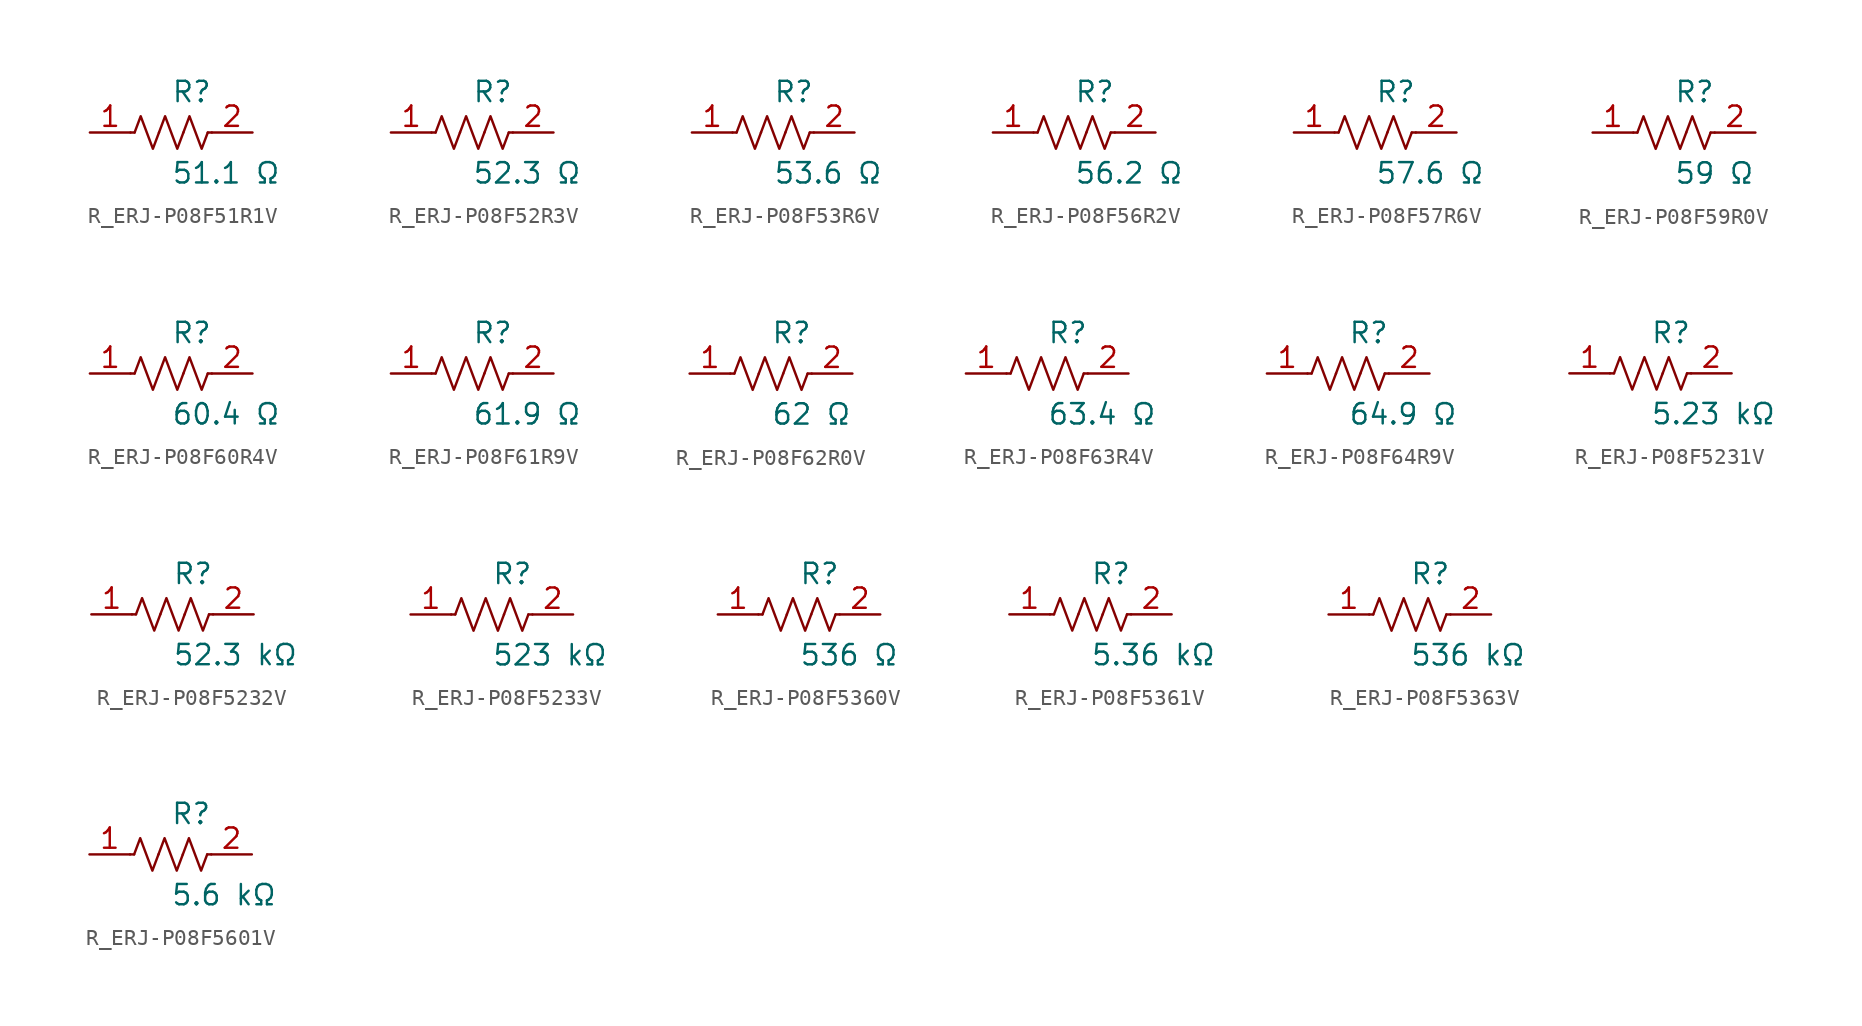
<source format=kicad_sym>
(kicad_symbol_lib
  (version 20231120)
  (generator kicad_symbol_editor)
  (generator_version 8.0)
  (symbol "R_ERJ-P08F51R1V"
    (pin_names
      (offset 0.254))
    (property "Reference" "R"
      (at 0.0 2.54 0)
      (effects (font (size 1.27 1.27)) (justify left)))
    (property "Value" "51.1 Ω"
      (at 0.0 -2.54 0)
      (effects (font (size 1.27 1.27)) (justify left)))
    (symbol "R_ERJ-P08F51R1V_0_1"
      (polyline (pts (xy 2.286 0) (xy 2.54 0)) (stroke (width 0) (type default)) (fill (type none)))
      (polyline (pts (xy -2.286 0) (xy -2.54 0)) (stroke (width 0) (type default)) (fill (type none)))
      (polyline (pts (xy 0.762 0) (xy 1.143 1.016) (xy 1.524 0) (xy 1.905 -1.016) (xy 2.286 0)) (stroke (width 0) (type default)) (fill (type none)))
      (polyline (pts (xy -0.762 0) (xy -0.381 1.016) (xy 0 0) (xy 0.381 -1.016) (xy 0.762 0)) (stroke (width 0) (type default)) (fill (type none)))
      (polyline (pts (xy -2.286 0) (xy -1.905 1.016) (xy -1.524 0) (xy -1.143 -1.016) (xy -0.762 0)) (stroke (width 0) (type default)) (fill (type none))))
    (pin unspecified line
      (at -5.08 0 0)
      (length 2.54)
      (name "" (effects (font (size 1.27 1.27))))
      (number "1" (effects (font (size 1.27 1.27)))))
    (pin unspecified line
      (at 5.08 0 180)
      (length 2.54)
      (name "" (effects (font (size 1.27 1.27))))
      (number "2" (effects (font (size 1.27 1.27))))))
  (symbol "R_ERJ-P08F52R3V"
    (pin_names
      (offset 0.254))
    (property "Reference" "R"
      (at 0.0 2.54 0)
      (effects (font (size 1.27 1.27)) (justify left)))
    (property "Value" "52.3 Ω"
      (at 0.0 -2.54 0)
      (effects (font (size 1.27 1.27)) (justify left)))
    (symbol "R_ERJ-P08F52R3V_0_1"
      (polyline (pts (xy 2.286 0) (xy 2.54 0)) (stroke (width 0) (type default)) (fill (type none)))
      (polyline (pts (xy -2.286 0) (xy -2.54 0)) (stroke (width 0) (type default)) (fill (type none)))
      (polyline (pts (xy 0.762 0) (xy 1.143 1.016) (xy 1.524 0) (xy 1.905 -1.016) (xy 2.286 0)) (stroke (width 0) (type default)) (fill (type none)))
      (polyline (pts (xy -0.762 0) (xy -0.381 1.016) (xy 0 0) (xy 0.381 -1.016) (xy 0.762 0)) (stroke (width 0) (type default)) (fill (type none)))
      (polyline (pts (xy -2.286 0) (xy -1.905 1.016) (xy -1.524 0) (xy -1.143 -1.016) (xy -0.762 0)) (stroke (width 0) (type default)) (fill (type none))))
    (pin unspecified line
      (at -5.08 0 0)
      (length 2.54)
      (name "" (effects (font (size 1.27 1.27))))
      (number "1" (effects (font (size 1.27 1.27)))))
    (pin unspecified line
      (at 5.08 0 180)
      (length 2.54)
      (name "" (effects (font (size 1.27 1.27))))
      (number "2" (effects (font (size 1.27 1.27))))))
  (symbol "R_ERJ-P08F53R6V"
    (pin_names
      (offset 0.254))
    (property "Reference" "R"
      (at 0.0 2.54 0)
      (effects (font (size 1.27 1.27)) (justify left)))
    (property "Value" "53.6 Ω"
      (at 0.0 -2.54 0)
      (effects (font (size 1.27 1.27)) (justify left)))
    (symbol "R_ERJ-P08F53R6V_0_1"
      (polyline (pts (xy 2.286 0) (xy 2.54 0)) (stroke (width 0) (type default)) (fill (type none)))
      (polyline (pts (xy -2.286 0) (xy -2.54 0)) (stroke (width 0) (type default)) (fill (type none)))
      (polyline (pts (xy 0.762 0) (xy 1.143 1.016) (xy 1.524 0) (xy 1.905 -1.016) (xy 2.286 0)) (stroke (width 0) (type default)) (fill (type none)))
      (polyline (pts (xy -0.762 0) (xy -0.381 1.016) (xy 0 0) (xy 0.381 -1.016) (xy 0.762 0)) (stroke (width 0) (type default)) (fill (type none)))
      (polyline (pts (xy -2.286 0) (xy -1.905 1.016) (xy -1.524 0) (xy -1.143 -1.016) (xy -0.762 0)) (stroke (width 0) (type default)) (fill (type none))))
    (pin unspecified line
      (at -5.08 0 0)
      (length 2.54)
      (name "" (effects (font (size 1.27 1.27))))
      (number "1" (effects (font (size 1.27 1.27)))))
    (pin unspecified line
      (at 5.08 0 180)
      (length 2.54)
      (name "" (effects (font (size 1.27 1.27))))
      (number "2" (effects (font (size 1.27 1.27))))))
  (symbol "R_ERJ-P08F56R2V"
    (pin_names
      (offset 0.254))
    (property "Reference" "R"
      (at 0.0 2.54 0)
      (effects (font (size 1.27 1.27)) (justify left)))
    (property "Value" "56.2 Ω"
      (at 0.0 -2.54 0)
      (effects (font (size 1.27 1.27)) (justify left)))
    (symbol "R_ERJ-P08F56R2V_0_1"
      (polyline (pts (xy 2.286 0) (xy 2.54 0)) (stroke (width 0) (type default)) (fill (type none)))
      (polyline (pts (xy -2.286 0) (xy -2.54 0)) (stroke (width 0) (type default)) (fill (type none)))
      (polyline (pts (xy 0.762 0) (xy 1.143 1.016) (xy 1.524 0) (xy 1.905 -1.016) (xy 2.286 0)) (stroke (width 0) (type default)) (fill (type none)))
      (polyline (pts (xy -0.762 0) (xy -0.381 1.016) (xy 0 0) (xy 0.381 -1.016) (xy 0.762 0)) (stroke (width 0) (type default)) (fill (type none)))
      (polyline (pts (xy -2.286 0) (xy -1.905 1.016) (xy -1.524 0) (xy -1.143 -1.016) (xy -0.762 0)) (stroke (width 0) (type default)) (fill (type none))))
    (pin unspecified line
      (at -5.08 0 0)
      (length 2.54)
      (name "" (effects (font (size 1.27 1.27))))
      (number "1" (effects (font (size 1.27 1.27)))))
    (pin unspecified line
      (at 5.08 0 180)
      (length 2.54)
      (name "" (effects (font (size 1.27 1.27))))
      (number "2" (effects (font (size 1.27 1.27))))))
  (symbol "R_ERJ-P08F57R6V"
    (pin_names
      (offset 0.254))
    (property "Reference" "R"
      (at 0.0 2.54 0)
      (effects (font (size 1.27 1.27)) (justify left)))
    (property "Value" "57.6 Ω"
      (at 0.0 -2.54 0)
      (effects (font (size 1.27 1.27)) (justify left)))
    (symbol "R_ERJ-P08F57R6V_0_1"
      (polyline (pts (xy 2.286 0) (xy 2.54 0)) (stroke (width 0) (type default)) (fill (type none)))
      (polyline (pts (xy -2.286 0) (xy -2.54 0)) (stroke (width 0) (type default)) (fill (type none)))
      (polyline (pts (xy 0.762 0) (xy 1.143 1.016) (xy 1.524 0) (xy 1.905 -1.016) (xy 2.286 0)) (stroke (width 0) (type default)) (fill (type none)))
      (polyline (pts (xy -0.762 0) (xy -0.381 1.016) (xy 0 0) (xy 0.381 -1.016) (xy 0.762 0)) (stroke (width 0) (type default)) (fill (type none)))
      (polyline (pts (xy -2.286 0) (xy -1.905 1.016) (xy -1.524 0) (xy -1.143 -1.016) (xy -0.762 0)) (stroke (width 0) (type default)) (fill (type none))))
    (pin unspecified line
      (at -5.08 0 0)
      (length 2.54)
      (name "" (effects (font (size 1.27 1.27))))
      (number "1" (effects (font (size 1.27 1.27)))))
    (pin unspecified line
      (at 5.08 0 180)
      (length 2.54)
      (name "" (effects (font (size 1.27 1.27))))
      (number "2" (effects (font (size 1.27 1.27))))))
  (symbol "R_ERJ-P08F59R0V"
    (pin_names
      (offset 0.254))
    (property "Reference" "R"
      (at 0.0 2.54 0)
      (effects (font (size 1.27 1.27)) (justify left)))
    (property "Value" "59 Ω"
      (at 0.0 -2.54 0)
      (effects (font (size 1.27 1.27)) (justify left)))
    (symbol "R_ERJ-P08F59R0V_0_1"
      (polyline (pts (xy 2.286 0) (xy 2.54 0)) (stroke (width 0) (type default)) (fill (type none)))
      (polyline (pts (xy -2.286 0) (xy -2.54 0)) (stroke (width 0) (type default)) (fill (type none)))
      (polyline (pts (xy 0.762 0) (xy 1.143 1.016) (xy 1.524 0) (xy 1.905 -1.016) (xy 2.286 0)) (stroke (width 0) (type default)) (fill (type none)))
      (polyline (pts (xy -0.762 0) (xy -0.381 1.016) (xy 0 0) (xy 0.381 -1.016) (xy 0.762 0)) (stroke (width 0) (type default)) (fill (type none)))
      (polyline (pts (xy -2.286 0) (xy -1.905 1.016) (xy -1.524 0) (xy -1.143 -1.016) (xy -0.762 0)) (stroke (width 0) (type default)) (fill (type none))))
    (pin unspecified line
      (at -5.08 0 0)
      (length 2.54)
      (name "" (effects (font (size 1.27 1.27))))
      (number "1" (effects (font (size 1.27 1.27)))))
    (pin unspecified line
      (at 5.08 0 180)
      (length 2.54)
      (name "" (effects (font (size 1.27 1.27))))
      (number "2" (effects (font (size 1.27 1.27))))))
  (symbol "R_ERJ-P08F60R4V"
    (pin_names
      (offset 0.254))
    (property "Reference" "R"
      (at 0.0 2.54 0)
      (effects (font (size 1.27 1.27)) (justify left)))
    (property "Value" "60.4 Ω"
      (at 0.0 -2.54 0)
      (effects (font (size 1.27 1.27)) (justify left)))
    (symbol "R_ERJ-P08F60R4V_0_1"
      (polyline (pts (xy 2.286 0) (xy 2.54 0)) (stroke (width 0) (type default)) (fill (type none)))
      (polyline (pts (xy -2.286 0) (xy -2.54 0)) (stroke (width 0) (type default)) (fill (type none)))
      (polyline (pts (xy 0.762 0) (xy 1.143 1.016) (xy 1.524 0) (xy 1.905 -1.016) (xy 2.286 0)) (stroke (width 0) (type default)) (fill (type none)))
      (polyline (pts (xy -0.762 0) (xy -0.381 1.016) (xy 0 0) (xy 0.381 -1.016) (xy 0.762 0)) (stroke (width 0) (type default)) (fill (type none)))
      (polyline (pts (xy -2.286 0) (xy -1.905 1.016) (xy -1.524 0) (xy -1.143 -1.016) (xy -0.762 0)) (stroke (width 0) (type default)) (fill (type none))))
    (pin unspecified line
      (at -5.08 0 0)
      (length 2.54)
      (name "" (effects (font (size 1.27 1.27))))
      (number "1" (effects (font (size 1.27 1.27)))))
    (pin unspecified line
      (at 5.08 0 180)
      (length 2.54)
      (name "" (effects (font (size 1.27 1.27))))
      (number "2" (effects (font (size 1.27 1.27))))))
  (symbol "R_ERJ-P08F61R9V"
    (pin_names
      (offset 0.254))
    (property "Reference" "R"
      (at 0.0 2.54 0)
      (effects (font (size 1.27 1.27)) (justify left)))
    (property "Value" "61.9 Ω"
      (at 0.0 -2.54 0)
      (effects (font (size 1.27 1.27)) (justify left)))
    (symbol "R_ERJ-P08F61R9V_0_1"
      (polyline (pts (xy 2.286 0) (xy 2.54 0)) (stroke (width 0) (type default)) (fill (type none)))
      (polyline (pts (xy -2.286 0) (xy -2.54 0)) (stroke (width 0) (type default)) (fill (type none)))
      (polyline (pts (xy 0.762 0) (xy 1.143 1.016) (xy 1.524 0) (xy 1.905 -1.016) (xy 2.286 0)) (stroke (width 0) (type default)) (fill (type none)))
      (polyline (pts (xy -0.762 0) (xy -0.381 1.016) (xy 0 0) (xy 0.381 -1.016) (xy 0.762 0)) (stroke (width 0) (type default)) (fill (type none)))
      (polyline (pts (xy -2.286 0) (xy -1.905 1.016) (xy -1.524 0) (xy -1.143 -1.016) (xy -0.762 0)) (stroke (width 0) (type default)) (fill (type none))))
    (pin unspecified line
      (at -5.08 0 0)
      (length 2.54)
      (name "" (effects (font (size 1.27 1.27))))
      (number "1" (effects (font (size 1.27 1.27)))))
    (pin unspecified line
      (at 5.08 0 180)
      (length 2.54)
      (name "" (effects (font (size 1.27 1.27))))
      (number "2" (effects (font (size 1.27 1.27))))))
  (symbol "R_ERJ-P08F62R0V"
    (pin_names
      (offset 0.254))
    (property "Reference" "R"
      (at 0.0 2.54 0)
      (effects (font (size 1.27 1.27)) (justify left)))
    (property "Value" "62 Ω"
      (at 0.0 -2.54 0)
      (effects (font (size 1.27 1.27)) (justify left)))
    (symbol "R_ERJ-P08F62R0V_0_1"
      (polyline (pts (xy 2.286 0) (xy 2.54 0)) (stroke (width 0) (type default)) (fill (type none)))
      (polyline (pts (xy -2.286 0) (xy -2.54 0)) (stroke (width 0) (type default)) (fill (type none)))
      (polyline (pts (xy 0.762 0) (xy 1.143 1.016) (xy 1.524 0) (xy 1.905 -1.016) (xy 2.286 0)) (stroke (width 0) (type default)) (fill (type none)))
      (polyline (pts (xy -0.762 0) (xy -0.381 1.016) (xy 0 0) (xy 0.381 -1.016) (xy 0.762 0)) (stroke (width 0) (type default)) (fill (type none)))
      (polyline (pts (xy -2.286 0) (xy -1.905 1.016) (xy -1.524 0) (xy -1.143 -1.016) (xy -0.762 0)) (stroke (width 0) (type default)) (fill (type none))))
    (pin unspecified line
      (at -5.08 0 0)
      (length 2.54)
      (name "" (effects (font (size 1.27 1.27))))
      (number "1" (effects (font (size 1.27 1.27)))))
    (pin unspecified line
      (at 5.08 0 180)
      (length 2.54)
      (name "" (effects (font (size 1.27 1.27))))
      (number "2" (effects (font (size 1.27 1.27))))))
  (symbol "R_ERJ-P08F63R4V"
    (pin_names
      (offset 0.254))
    (property "Reference" "R"
      (at 0.0 2.54 0)
      (effects (font (size 1.27 1.27)) (justify left)))
    (property "Value" "63.4 Ω"
      (at 0.0 -2.54 0)
      (effects (font (size 1.27 1.27)) (justify left)))
    (symbol "R_ERJ-P08F63R4V_0_1"
      (polyline (pts (xy 2.286 0) (xy 2.54 0)) (stroke (width 0) (type default)) (fill (type none)))
      (polyline (pts (xy -2.286 0) (xy -2.54 0)) (stroke (width 0) (type default)) (fill (type none)))
      (polyline (pts (xy 0.762 0) (xy 1.143 1.016) (xy 1.524 0) (xy 1.905 -1.016) (xy 2.286 0)) (stroke (width 0) (type default)) (fill (type none)))
      (polyline (pts (xy -0.762 0) (xy -0.381 1.016) (xy 0 0) (xy 0.381 -1.016) (xy 0.762 0)) (stroke (width 0) (type default)) (fill (type none)))
      (polyline (pts (xy -2.286 0) (xy -1.905 1.016) (xy -1.524 0) (xy -1.143 -1.016) (xy -0.762 0)) (stroke (width 0) (type default)) (fill (type none))))
    (pin unspecified line
      (at -5.08 0 0)
      (length 2.54)
      (name "" (effects (font (size 1.27 1.27))))
      (number "1" (effects (font (size 1.27 1.27)))))
    (pin unspecified line
      (at 5.08 0 180)
      (length 2.54)
      (name "" (effects (font (size 1.27 1.27))))
      (number "2" (effects (font (size 1.27 1.27))))))
  (symbol "R_ERJ-P08F64R9V"
    (pin_names
      (offset 0.254))
    (property "Reference" "R"
      (at 0.0 2.54 0)
      (effects (font (size 1.27 1.27)) (justify left)))
    (property "Value" "64.9 Ω"
      (at 0.0 -2.54 0)
      (effects (font (size 1.27 1.27)) (justify left)))
    (symbol "R_ERJ-P08F64R9V_0_1"
      (polyline (pts (xy 2.286 0) (xy 2.54 0)) (stroke (width 0) (type default)) (fill (type none)))
      (polyline (pts (xy -2.286 0) (xy -2.54 0)) (stroke (width 0) (type default)) (fill (type none)))
      (polyline (pts (xy 0.762 0) (xy 1.143 1.016) (xy 1.524 0) (xy 1.905 -1.016) (xy 2.286 0)) (stroke (width 0) (type default)) (fill (type none)))
      (polyline (pts (xy -0.762 0) (xy -0.381 1.016) (xy 0 0) (xy 0.381 -1.016) (xy 0.762 0)) (stroke (width 0) (type default)) (fill (type none)))
      (polyline (pts (xy -2.286 0) (xy -1.905 1.016) (xy -1.524 0) (xy -1.143 -1.016) (xy -0.762 0)) (stroke (width 0) (type default)) (fill (type none))))
    (pin unspecified line
      (at -5.08 0 0)
      (length 2.54)
      (name "" (effects (font (size 1.27 1.27))))
      (number "1" (effects (font (size 1.27 1.27)))))
    (pin unspecified line
      (at 5.08 0 180)
      (length 2.54)
      (name "" (effects (font (size 1.27 1.27))))
      (number "2" (effects (font (size 1.27 1.27))))))
  (symbol "R_ERJ-P08F5231V"
    (pin_names
      (offset 0.254))
    (property "Reference" "R"
      (at 0.0 2.54 0)
      (effects (font (size 1.27 1.27)) (justify left)))
    (property "Value" "5.23 kΩ"
      (at 0.0 -2.54 0)
      (effects (font (size 1.27 1.27)) (justify left)))
    (symbol "R_ERJ-P08F5231V_0_1"
      (polyline (pts (xy 2.286 0) (xy 2.54 0)) (stroke (width 0) (type default)) (fill (type none)))
      (polyline (pts (xy -2.286 0) (xy -2.54 0)) (stroke (width 0) (type default)) (fill (type none)))
      (polyline (pts (xy 0.762 0) (xy 1.143 1.016) (xy 1.524 0) (xy 1.905 -1.016) (xy 2.286 0)) (stroke (width 0) (type default)) (fill (type none)))
      (polyline (pts (xy -0.762 0) (xy -0.381 1.016) (xy 0 0) (xy 0.381 -1.016) (xy 0.762 0)) (stroke (width 0) (type default)) (fill (type none)))
      (polyline (pts (xy -2.286 0) (xy -1.905 1.016) (xy -1.524 0) (xy -1.143 -1.016) (xy -0.762 0)) (stroke (width 0) (type default)) (fill (type none))))
    (pin unspecified line
      (at -5.08 0 0)
      (length 2.54)
      (name "" (effects (font (size 1.27 1.27))))
      (number "1" (effects (font (size 1.27 1.27)))))
    (pin unspecified line
      (at 5.08 0 180)
      (length 2.54)
      (name "" (effects (font (size 1.27 1.27))))
      (number "2" (effects (font (size 1.27 1.27))))))
  (symbol "R_ERJ-P08F5232V"
    (pin_names
      (offset 0.254))
    (property "Reference" "R"
      (at 0.0 2.54 0)
      (effects (font (size 1.27 1.27)) (justify left)))
    (property "Value" "52.3 kΩ"
      (at 0.0 -2.54 0)
      (effects (font (size 1.27 1.27)) (justify left)))
    (symbol "R_ERJ-P08F5232V_0_1"
      (polyline (pts (xy 2.286 0) (xy 2.54 0)) (stroke (width 0) (type default)) (fill (type none)))
      (polyline (pts (xy -2.286 0) (xy -2.54 0)) (stroke (width 0) (type default)) (fill (type none)))
      (polyline (pts (xy 0.762 0) (xy 1.143 1.016) (xy 1.524 0) (xy 1.905 -1.016) (xy 2.286 0)) (stroke (width 0) (type default)) (fill (type none)))
      (polyline (pts (xy -0.762 0) (xy -0.381 1.016) (xy 0 0) (xy 0.381 -1.016) (xy 0.762 0)) (stroke (width 0) (type default)) (fill (type none)))
      (polyline (pts (xy -2.286 0) (xy -1.905 1.016) (xy -1.524 0) (xy -1.143 -1.016) (xy -0.762 0)) (stroke (width 0) (type default)) (fill (type none))))
    (pin unspecified line
      (at -5.08 0 0)
      (length 2.54)
      (name "" (effects (font (size 1.27 1.27))))
      (number "1" (effects (font (size 1.27 1.27)))))
    (pin unspecified line
      (at 5.08 0 180)
      (length 2.54)
      (name "" (effects (font (size 1.27 1.27))))
      (number "2" (effects (font (size 1.27 1.27))))))
  (symbol "R_ERJ-P08F5233V"
    (pin_names
      (offset 0.254))
    (property "Reference" "R"
      (at 0.0 2.54 0)
      (effects (font (size 1.27 1.27)) (justify left)))
    (property "Value" "523 kΩ"
      (at 0.0 -2.54 0)
      (effects (font (size 1.27 1.27)) (justify left)))
    (symbol "R_ERJ-P08F5233V_0_1"
      (polyline (pts (xy 2.286 0) (xy 2.54 0)) (stroke (width 0) (type default)) (fill (type none)))
      (polyline (pts (xy -2.286 0) (xy -2.54 0)) (stroke (width 0) (type default)) (fill (type none)))
      (polyline (pts (xy 0.762 0) (xy 1.143 1.016) (xy 1.524 0) (xy 1.905 -1.016) (xy 2.286 0)) (stroke (width 0) (type default)) (fill (type none)))
      (polyline (pts (xy -0.762 0) (xy -0.381 1.016) (xy 0 0) (xy 0.381 -1.016) (xy 0.762 0)) (stroke (width 0) (type default)) (fill (type none)))
      (polyline (pts (xy -2.286 0) (xy -1.905 1.016) (xy -1.524 0) (xy -1.143 -1.016) (xy -0.762 0)) (stroke (width 0) (type default)) (fill (type none))))
    (pin unspecified line
      (at -5.08 0 0)
      (length 2.54)
      (name "" (effects (font (size 1.27 1.27))))
      (number "1" (effects (font (size 1.27 1.27)))))
    (pin unspecified line
      (at 5.08 0 180)
      (length 2.54)
      (name "" (effects (font (size 1.27 1.27))))
      (number "2" (effects (font (size 1.27 1.27))))))
  (symbol "R_ERJ-P08F5360V"
    (pin_names
      (offset 0.254))
    (property "Reference" "R"
      (at 0.0 2.54 0)
      (effects (font (size 1.27 1.27)) (justify left)))
    (property "Value" "536 Ω"
      (at 0.0 -2.54 0)
      (effects (font (size 1.27 1.27)) (justify left)))
    (symbol "R_ERJ-P08F5360V_0_1"
      (polyline (pts (xy 2.286 0) (xy 2.54 0)) (stroke (width 0) (type default)) (fill (type none)))
      (polyline (pts (xy -2.286 0) (xy -2.54 0)) (stroke (width 0) (type default)) (fill (type none)))
      (polyline (pts (xy 0.762 0) (xy 1.143 1.016) (xy 1.524 0) (xy 1.905 -1.016) (xy 2.286 0)) (stroke (width 0) (type default)) (fill (type none)))
      (polyline (pts (xy -0.762 0) (xy -0.381 1.016) (xy 0 0) (xy 0.381 -1.016) (xy 0.762 0)) (stroke (width 0) (type default)) (fill (type none)))
      (polyline (pts (xy -2.286 0) (xy -1.905 1.016) (xy -1.524 0) (xy -1.143 -1.016) (xy -0.762 0)) (stroke (width 0) (type default)) (fill (type none))))
    (pin unspecified line
      (at -5.08 0 0)
      (length 2.54)
      (name "" (effects (font (size 1.27 1.27))))
      (number "1" (effects (font (size 1.27 1.27)))))
    (pin unspecified line
      (at 5.08 0 180)
      (length 2.54)
      (name "" (effects (font (size 1.27 1.27))))
      (number "2" (effects (font (size 1.27 1.27))))))
  (symbol "R_ERJ-P08F5361V"
    (pin_names
      (offset 0.254))
    (property "Reference" "R"
      (at 0.0 2.54 0)
      (effects (font (size 1.27 1.27)) (justify left)))
    (property "Value" "5.36 kΩ"
      (at 0.0 -2.54 0)
      (effects (font (size 1.27 1.27)) (justify left)))
    (symbol "R_ERJ-P08F5361V_0_1"
      (polyline (pts (xy 2.286 0) (xy 2.54 0)) (stroke (width 0) (type default)) (fill (type none)))
      (polyline (pts (xy -2.286 0) (xy -2.54 0)) (stroke (width 0) (type default)) (fill (type none)))
      (polyline (pts (xy 0.762 0) (xy 1.143 1.016) (xy 1.524 0) (xy 1.905 -1.016) (xy 2.286 0)) (stroke (width 0) (type default)) (fill (type none)))
      (polyline (pts (xy -0.762 0) (xy -0.381 1.016) (xy 0 0) (xy 0.381 -1.016) (xy 0.762 0)) (stroke (width 0) (type default)) (fill (type none)))
      (polyline (pts (xy -2.286 0) (xy -1.905 1.016) (xy -1.524 0) (xy -1.143 -1.016) (xy -0.762 0)) (stroke (width 0) (type default)) (fill (type none))))
    (pin unspecified line
      (at -5.08 0 0)
      (length 2.54)
      (name "" (effects (font (size 1.27 1.27))))
      (number "1" (effects (font (size 1.27 1.27)))))
    (pin unspecified line
      (at 5.08 0 180)
      (length 2.54)
      (name "" (effects (font (size 1.27 1.27))))
      (number "2" (effects (font (size 1.27 1.27))))))
  (symbol "R_ERJ-P08F5363V"
    (pin_names
      (offset 0.254))
    (property "Reference" "R"
      (at 0.0 2.54 0)
      (effects (font (size 1.27 1.27)) (justify left)))
    (property "Value" "536 kΩ"
      (at 0.0 -2.54 0)
      (effects (font (size 1.27 1.27)) (justify left)))
    (symbol "R_ERJ-P08F5363V_0_1"
      (polyline (pts (xy 2.286 0) (xy 2.54 0)) (stroke (width 0) (type default)) (fill (type none)))
      (polyline (pts (xy -2.286 0) (xy -2.54 0)) (stroke (width 0) (type default)) (fill (type none)))
      (polyline (pts (xy 0.762 0) (xy 1.143 1.016) (xy 1.524 0) (xy 1.905 -1.016) (xy 2.286 0)) (stroke (width 0) (type default)) (fill (type none)))
      (polyline (pts (xy -0.762 0) (xy -0.381 1.016) (xy 0 0) (xy 0.381 -1.016) (xy 0.762 0)) (stroke (width 0) (type default)) (fill (type none)))
      (polyline (pts (xy -2.286 0) (xy -1.905 1.016) (xy -1.524 0) (xy -1.143 -1.016) (xy -0.762 0)) (stroke (width 0) (type default)) (fill (type none))))
    (pin unspecified line
      (at -5.08 0 0)
      (length 2.54)
      (name "" (effects (font (size 1.27 1.27))))
      (number "1" (effects (font (size 1.27 1.27)))))
    (pin unspecified line
      (at 5.08 0 180)
      (length 2.54)
      (name "" (effects (font (size 1.27 1.27))))
      (number "2" (effects (font (size 1.27 1.27))))))
  (symbol "R_ERJ-P08F5601V"
    (pin_names
      (offset 0.254))
    (property "Reference" "R"
      (at 0.0 2.54 0)
      (effects (font (size 1.27 1.27)) (justify left)))
    (property "Value" "5.6 kΩ"
      (at 0.0 -2.54 0)
      (effects (font (size 1.27 1.27)) (justify left)))
    (symbol "R_ERJ-P08F5601V_0_1"
      (polyline (pts (xy 2.286 0) (xy 2.54 0)) (stroke (width 0) (type default)) (fill (type none)))
      (polyline (pts (xy -2.286 0) (xy -2.54 0)) (stroke (width 0) (type default)) (fill (type none)))
      (polyline (pts (xy 0.762 0) (xy 1.143 1.016) (xy 1.524 0) (xy 1.905 -1.016) (xy 2.286 0)) (stroke (width 0) (type default)) (fill (type none)))
      (polyline (pts (xy -0.762 0) (xy -0.381 1.016) (xy 0 0) (xy 0.381 -1.016) (xy 0.762 0)) (stroke (width 0) (type default)) (fill (type none)))
      (polyline (pts (xy -2.286 0) (xy -1.905 1.016) (xy -1.524 0) (xy -1.143 -1.016) (xy -0.762 0)) (stroke (width 0) (type default)) (fill (type none))))
    (pin unspecified line
      (at -5.08 0 0)
      (length 2.54)
      (name "" (effects (font (size 1.27 1.27))))
      (number "1" (effects (font (size 1.27 1.27)))))
    (pin unspecified line
      (at 5.08 0 180)
      (length 2.54)
      (name "" (effects (font (size 1.27 1.27))))
      (number "2" (effects (font (size 1.27 1.27)))))))
</source>
